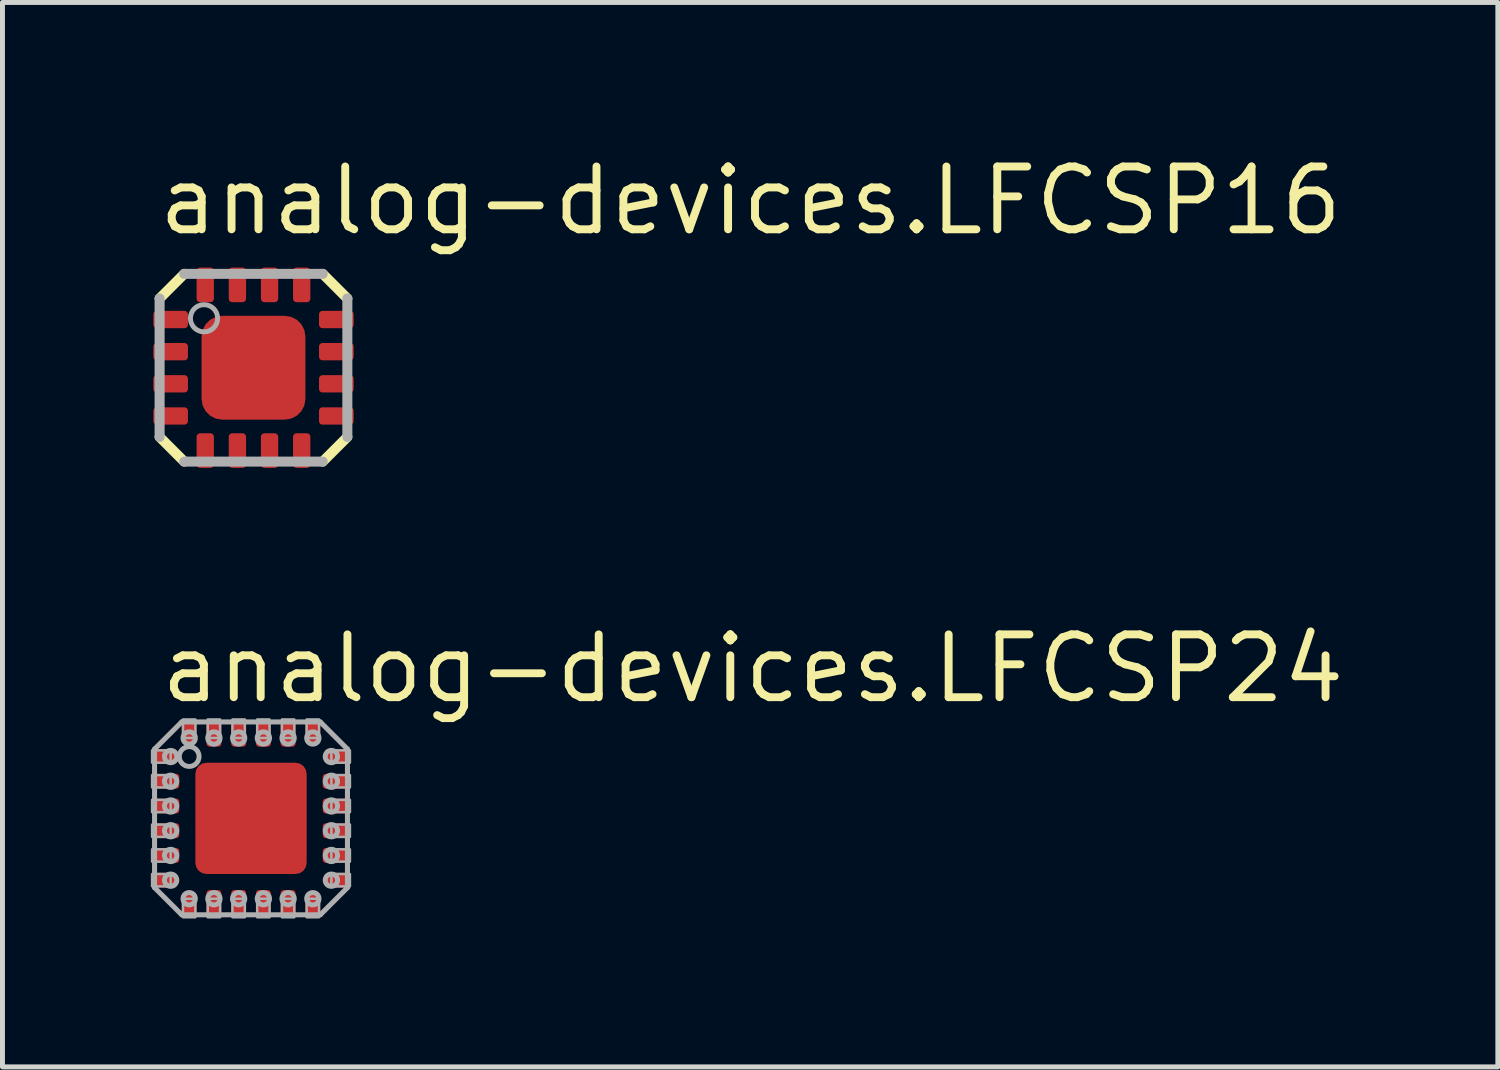
<source format=kicad_pcb>
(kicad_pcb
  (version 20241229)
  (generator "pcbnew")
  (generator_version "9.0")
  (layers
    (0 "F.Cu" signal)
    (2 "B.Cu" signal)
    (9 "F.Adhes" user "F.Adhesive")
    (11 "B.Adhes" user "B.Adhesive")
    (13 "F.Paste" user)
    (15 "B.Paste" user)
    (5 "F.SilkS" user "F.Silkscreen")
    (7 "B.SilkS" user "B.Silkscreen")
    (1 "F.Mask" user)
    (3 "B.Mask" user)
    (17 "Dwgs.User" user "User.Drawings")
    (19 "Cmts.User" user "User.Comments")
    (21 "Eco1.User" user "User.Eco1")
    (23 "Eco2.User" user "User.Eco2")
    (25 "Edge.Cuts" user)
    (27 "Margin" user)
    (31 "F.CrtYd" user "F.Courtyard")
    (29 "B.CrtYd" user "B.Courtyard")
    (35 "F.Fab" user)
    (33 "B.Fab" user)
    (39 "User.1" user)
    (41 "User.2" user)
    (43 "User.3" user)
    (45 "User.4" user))
  (footprint "analog-devices.LFCSP16"
    (layer "F.Cu")
    (at 2.075 4.385)
    (property "Reference" "analog-devices.LFCSP16" (at -2 -2.635 0) (layer "F.SilkS") (effects (font (size 1.27 1.27) (thickness 0.16)) (justify left bottom)))
    (attr smd)
    (fp_rect (start -2.05 -0.775) (end -1.3 -1.175) (stroke (width 0.05) (type default)) (fill yes) (layer "F.Mask"))
    (fp_rect (start -2.05 -0.125) (end -1.3 -0.525) (stroke (width 0.05) (type default)) (fill yes) (layer "F.Mask"))
    (fp_rect (start -2.05 0.525) (end -1.3 0.125) (stroke (width 0.05) (type default)) (fill yes) (layer "F.Mask"))
    (fp_rect (start -2.05 1.175) (end -1.3 0.775) (stroke (width 0.05) (type default)) (fill yes) (layer "F.Mask"))
    (fp_rect (start -1.175 -1.3) (end -0.775 -2.05) (stroke (width 0.05) (type default)) (fill yes) (layer "F.Mask"))
    (fp_rect (start -1.175 2.05) (end -0.775 1.3) (stroke (width 0.05) (type default)) (fill yes) (layer "F.Mask"))
    (fp_rect (start -1.05 1.05) (end 1.05 -1.05) (stroke (width 0.05) (type default)) (fill yes) (layer "F.Mask"))
    (fp_rect (start -0.525 -1.3) (end -0.125 -2.05) (stroke (width 0.05) (type default)) (fill yes) (layer "F.Mask"))
    (fp_rect (start -0.525 2.05) (end -0.125 1.3) (stroke (width 0.05) (type default)) (fill yes) (layer "F.Mask"))
    (fp_rect (start 0.125 -1.3) (end 0.525 -2.05) (stroke (width 0.05) (type default)) (fill yes) (layer "F.Mask"))
    (fp_rect (start 0.125 2.05) (end 0.525 1.3) (stroke (width 0.05) (type default)) (fill yes) (layer "F.Mask"))
    (fp_rect (start 0.775 -1.3) (end 1.175 -2.05) (stroke (width 0.05) (type default)) (fill yes) (layer "F.Mask"))
    (fp_rect (start 0.775 2.05) (end 1.175 1.3) (stroke (width 0.05) (type default)) (fill yes) (layer "F.Mask"))
    (fp_rect (start 1.3 -0.775) (end 2.05 -1.175) (stroke (width 0.05) (type default)) (fill yes) (layer "F.Mask"))
    (fp_rect (start 1.3 -0.125) (end 2.05 -0.525) (stroke (width 0.05) (type default)) (fill yes) (layer "F.Mask"))
    (fp_rect (start 1.3 0.525) (end 2.05 0.125) (stroke (width 0.05) (type default)) (fill yes) (layer "F.Mask"))
    (fp_rect (start 1.3 1.175) (end 2.05 0.775) (stroke (width 0.05) (type default)) (fill yes) (layer "F.Mask"))
    (fp_line (start -1.898 -1.4) (end -1.4 -1.898) (stroke (width 0.203) (type default)) (layer "F.SilkS"))
    (fp_line (start -1.4 1.898) (end -1.898 1.4) (stroke (width 0.203) (type default)) (layer "F.SilkS"))
    (fp_line (start 1.4 -1.898) (end 1.898 -1.4) (stroke (width 0.203) (type default)) (layer "F.SilkS"))
    (fp_line (start 1.898 1.4) (end 1.4 1.898) (stroke (width 0.203) (type default)) (layer "F.SilkS"))
    (fp_rect (start -0.975 0.975) (end 0.975 -0.975) (stroke (width 0.05) (type default)) (fill yes) (layer "F.Paste"))
    (fp_line (start -1.898 -1.4) (end -1.898 1.4) (stroke (width 0.203) (type default)) (layer "F.Fab"))
    (fp_line (start -1.4 1.898) (end 1.4 1.898) (stroke (width 0.203) (type default)) (layer "F.Fab"))
    (fp_line (start 1.4 -1.898) (end -1.4 -1.898) (stroke (width 0.203) (type default)) (layer "F.Fab"))
    (fp_line (start 1.898 1.4) (end 1.898 -1.4) (stroke (width 0.203) (type default)) (layer "F.Fab"))
    (fp_circle (center -1 -1) (end -0.725 -1) (stroke (width 0.1) (type default)) (fill no) (layer "F.Fab"))
    (pad "1" smd roundrect (at -1.675 -0.975) (size 0.7 0.35) (layers "F.Cu" "F.Mask" "F.Paste") (roundrect_rratio 0.2))
    (pad "2" smd roundrect (at -1.675 -0.325) (size 0.7 0.35) (layers "F.Cu" "F.Mask" "F.Paste") (roundrect_rratio 0.2))
    (pad "3" smd roundrect (at -1.675 0.325) (size 0.7 0.35) (layers "F.Cu" "F.Mask" "F.Paste") (roundrect_rratio 0.2))
    (pad "4" smd roundrect (at -1.675 0.975) (size 0.7 0.35) (layers "F.Cu" "F.Mask" "F.Paste") (roundrect_rratio 0.2))
    (pad "5" smd roundrect (at -0.975 1.675) (size 0.35 0.7) (layers "F.Cu" "F.Mask" "F.Paste") (roundrect_rratio 0.2))
    (pad "6" smd roundrect (at -0.325 1.675) (size 0.35 0.7) (layers "F.Cu" "F.Mask" "F.Paste") (roundrect_rratio 0.2))
    (pad "7" smd roundrect (at 0.325 1.675) (size 0.35 0.7) (layers "F.Cu" "F.Mask" "F.Paste") (roundrect_rratio 0.2))
    (pad "8" smd roundrect (at 0.975 1.675) (size 0.35 0.7) (layers "F.Cu" "F.Mask" "F.Paste") (roundrect_rratio 0.2))
    (pad "9" smd roundrect (at 1.675 0.975) (size 0.7 0.35) (layers "F.Cu" "F.Mask" "F.Paste") (roundrect_rratio 0.2))
    (pad "10" smd roundrect (at 1.675 0.325) (size 0.7 0.35) (layers "F.Cu" "F.Mask" "F.Paste") (roundrect_rratio 0.2))
    (pad "11" smd roundrect (at 1.675 -0.325) (size 0.7 0.35) (layers "F.Cu" "F.Mask" "F.Paste") (roundrect_rratio 0.2))
    (pad "12" smd roundrect (at 1.675 -0.975) (size 0.7 0.35) (layers "F.Cu" "F.Mask" "F.Paste") (roundrect_rratio 0.2))
    (pad "13" smd roundrect (at 0.975 -1.675) (size 0.35 0.7) (layers "F.Cu" "F.Mask" "F.Paste") (roundrect_rratio 0.2))
    (pad "14" smd roundrect (at 0.325 -1.675) (size 0.35 0.7) (layers "F.Cu" "F.Mask" "F.Paste") (roundrect_rratio 0.2))
    (pad "15" smd roundrect (at -0.325 -1.675) (size 0.35 0.7) (layers "F.Cu" "F.Mask" "F.Paste") (roundrect_rratio 0.2))
    (pad "16" smd roundrect (at -0.975 -1.675) (size 0.35 0.7) (layers "F.Cu" "F.Mask" "F.Paste") (roundrect_rratio 0.2))
    (pad "EXP" smd roundrect (at 0 0) (size 2.1 2.1) (layers "F.Cu" "F.Mask" "F.Paste") (roundrect_rratio 0.2)))
  (footprint "analog-devices.LFCSP24"
    (layer "F.Cu")
    (at 2.025 13.496)
    (property "Reference" "analog-devices.LFCSP24" (at -1.905 -2.286 0) (layer "F.SilkS") (effects (font (size 1.27 1.27) (thickness 0.16)) (justify left bottom)))
    (attr smd)
    (fp_rect (start -2 -1.1) (end -1.5 -1.4) (stroke (width 0.05) (type default)) (fill yes) (layer "F.Mask"))
    (fp_rect (start -2 -0.6) (end -1.45 -0.9) (stroke (width 0.05) (type default)) (fill yes) (layer "F.Mask"))
    (fp_rect (start -2 -0.1) (end -1.45 -0.4) (stroke (width 0.05) (type default)) (fill yes) (layer "F.Mask"))
    (fp_rect (start -2 0.4) (end -1.45 0.1) (stroke (width 0.05) (type default)) (fill yes) (layer "F.Mask"))
    (fp_rect (start -2 0.9) (end -1.45 0.6) (stroke (width 0.05) (type default)) (fill yes) (layer "F.Mask"))
    (fp_rect (start -2 1.4) (end -1.5 1.1) (stroke (width 0.05) (type default)) (fill yes) (layer "F.Mask"))
    (fp_rect (start -1.4 -1.5) (end -1.1 -2) (stroke (width 0.05) (type default)) (fill yes) (layer "F.Mask"))
    (fp_rect (start -1.4 2) (end -1.1 1.5) (stroke (width 0.05) (type default)) (fill yes) (layer "F.Mask"))
    (fp_rect (start -0.9 -1.45) (end -0.6 -2) (stroke (width 0.05) (type default)) (fill yes) (layer "F.Mask"))
    (fp_rect (start -0.9 2) (end -0.6 1.45) (stroke (width 0.05) (type default)) (fill yes) (layer "F.Mask"))
    (fp_rect (start -0.4 -1.45) (end -0.1 -2) (stroke (width 0.05) (type default)) (fill yes) (layer "F.Mask"))
    (fp_rect (start -0.4 2) (end -0.1 1.45) (stroke (width 0.05) (type default)) (fill yes) (layer "F.Mask"))
    (fp_rect (start 0.1 -1.45) (end 0.4 -2) (stroke (width 0.05) (type default)) (fill yes) (layer "F.Mask"))
    (fp_rect (start 0.1 2) (end 0.4 1.45) (stroke (width 0.05) (type default)) (fill yes) (layer "F.Mask"))
    (fp_rect (start 0.6 -1.45) (end 0.9 -2) (stroke (width 0.05) (type default)) (fill yes) (layer "F.Mask"))
    (fp_rect (start 0.6 2) (end 0.9 1.45) (stroke (width 0.05) (type default)) (fill yes) (layer "F.Mask"))
    (fp_rect (start 1.1 -1.5) (end 1.4 -2) (stroke (width 0.05) (type default)) (fill yes) (layer "F.Mask"))
    (fp_rect (start 1.1 2) (end 1.4 1.5) (stroke (width 0.05) (type default)) (fill yes) (layer "F.Mask"))
    (fp_rect (start 1.45 -0.6) (end 2 -0.9) (stroke (width 0.05) (type default)) (fill yes) (layer "F.Mask"))
    (fp_rect (start 1.45 -0.1) (end 2 -0.4) (stroke (width 0.05) (type default)) (fill yes) (layer "F.Mask"))
    (fp_rect (start 1.45 0.4) (end 2 0.1) (stroke (width 0.05) (type default)) (fill yes) (layer "F.Mask"))
    (fp_rect (start 1.45 0.9) (end 2 0.6) (stroke (width 0.05) (type default)) (fill yes) (layer "F.Mask"))
    (fp_rect (start 1.5 -1.1) (end 2 -1.4) (stroke (width 0.05) (type default)) (fill yes) (layer "F.Mask"))
    (fp_rect (start 1.5 1.4) (end 2 1.1) (stroke (width 0.05) (type default)) (fill yes) (layer "F.Mask"))
    (fp_poly (pts (xy -1 -1) (xy 1 -1) (xy 1 1) (xy -1 1)) (stroke (width 0.203) (type default)) (fill yes) (layer "F.Mask"))
    (fp_rect (start -1.975 -1.125) (end -1.525 -1.375) (stroke (width 0.05) (type default)) (fill yes) (layer "F.Paste"))
    (fp_rect (start -1.975 -0.625) (end -1.475 -0.875) (stroke (width 0.05) (type default)) (fill yes) (layer "F.Paste"))
    (fp_rect (start -1.975 -0.125) (end -1.475 -0.375) (stroke (width 0.05) (type default)) (fill yes) (layer "F.Paste"))
    (fp_rect (start -1.975 0.375) (end -1.475 0.125) (stroke (width 0.05) (type default)) (fill yes) (layer "F.Paste"))
    (fp_rect (start -1.975 0.875) (end -1.475 0.625) (stroke (width 0.05) (type default)) (fill yes) (layer "F.Paste"))
    (fp_rect (start -1.975 1.375) (end -1.525 1.125) (stroke (width 0.05) (type default)) (fill yes) (layer "F.Paste"))
    (fp_rect (start -1.375 -1.525) (end -1.125 -1.975) (stroke (width 0.05) (type default)) (fill yes) (layer "F.Paste"))
    (fp_rect (start -1.375 1.975) (end -1.125 1.525) (stroke (width 0.05) (type default)) (fill yes) (layer "F.Paste"))
    (fp_rect (start -1.05 1.05) (end 1.05 -1.05) (stroke (width 0.05) (type default)) (fill yes) (layer "F.Paste"))
    (fp_rect (start -0.875 -1.475) (end -0.625 -1.975) (stroke (width 0.05) (type default)) (fill yes) (layer "F.Paste"))
    (fp_rect (start -0.875 1.975) (end -0.625 1.475) (stroke (width 0.05) (type default)) (fill yes) (layer "F.Paste"))
    (fp_rect (start -0.375 -1.475) (end -0.125 -1.975) (stroke (width 0.05) (type default)) (fill yes) (layer "F.Paste"))
    (fp_rect (start -0.375 1.975) (end -0.125 1.475) (stroke (width 0.05) (type default)) (fill yes) (layer "F.Paste"))
    (fp_rect (start 0.125 -1.475) (end 0.375 -1.975) (stroke (width 0.05) (type default)) (fill yes) (layer "F.Paste"))
    (fp_rect (start 0.125 1.975) (end 0.375 1.475) (stroke (width 0.05) (type default)) (fill yes) (layer "F.Paste"))
    (fp_rect (start 0.625 -1.475) (end 0.875 -1.975) (stroke (width 0.05) (type default)) (fill yes) (layer "F.Paste"))
    (fp_rect (start 0.625 1.975) (end 0.875 1.475) (stroke (width 0.05) (type default)) (fill yes) (layer "F.Paste"))
    (fp_rect (start 1.125 -1.525) (end 1.375 -1.975) (stroke (width 0.05) (type default)) (fill yes) (layer "F.Paste"))
    (fp_rect (start 1.125 1.975) (end 1.375 1.525) (stroke (width 0.05) (type default)) (fill yes) (layer "F.Paste"))
    (fp_rect (start 1.475 -0.625) (end 1.975 -0.875) (stroke (width 0.05) (type default)) (fill yes) (layer "F.Paste"))
    (fp_rect (start 1.475 -0.125) (end 1.975 -0.375) (stroke (width 0.05) (type default)) (fill yes) (layer "F.Paste"))
    (fp_rect (start 1.475 0.375) (end 1.975 0.125) (stroke (width 0.05) (type default)) (fill yes) (layer "F.Paste"))
    (fp_rect (start 1.475 0.875) (end 1.975 0.625) (stroke (width 0.05) (type default)) (fill yes) (layer "F.Paste"))
    (fp_rect (start 1.525 -1.125) (end 1.975 -1.375) (stroke (width 0.05) (type default)) (fill yes) (layer "F.Paste"))
    (fp_rect (start 1.525 1.375) (end 1.975 1.125) (stroke (width 0.05) (type default)) (fill yes) (layer "F.Paste"))
    (fp_line (start -1.95 -1.4) (end -1.4 -1.95) (stroke (width 0.102) (type default)) (layer "F.Fab"))
    (fp_line (start -1.95 1.4) (end -1.95 -1.4) (stroke (width 0.102) (type default)) (layer "F.Fab"))
    (fp_line (start -1.4 -1.95) (end 1.4 -1.95) (stroke (width 0.102) (type default)) (layer "F.Fab"))
    (fp_line (start -1.4 1.95) (end -1.95 1.4) (stroke (width 0.102) (type default)) (layer "F.Fab"))
    (fp_line (start 1.4 -1.95) (end 1.95 -1.4) (stroke (width 0.102) (type default)) (layer "F.Fab"))
    (fp_line (start 1.4 1.95) (end -1.4 1.95) (stroke (width 0.102) (type default)) (layer "F.Fab"))
    (fp_line (start 1.95 -1.4) (end 1.95 1.4) (stroke (width 0.102) (type default)) (layer "F.Fab"))
    (fp_line (start 1.95 1.4) (end 1.4 1.95) (stroke (width 0.102) (type default)) (layer "F.Fab"))
    (fp_rect (start -2 -1.125) (end -1.625 -1.375) (stroke (width 0.05) (type default)) (fill no) (layer "F.Fab"))
    (fp_rect (start -2 -0.625) (end -1.625 -0.875) (stroke (width 0.05) (type default)) (fill no) (layer "F.Fab"))
    (fp_rect (start -2 -0.125) (end -1.625 -0.375) (stroke (width 0.05) (type default)) (fill no) (layer "F.Fab"))
    (fp_rect (start -2 0.375) (end -1.625 0.125) (stroke (width 0.05) (type default)) (fill no) (layer "F.Fab"))
    (fp_rect (start -2 0.875) (end -1.625 0.625) (stroke (width 0.05) (type default)) (fill no) (layer "F.Fab"))
    (fp_rect (start -2 1.375) (end -1.625 1.125) (stroke (width 0.05) (type default)) (fill no) (layer "F.Fab"))
    (fp_rect (start -1.375 -1.625) (end -1.125 -2) (stroke (width 0.05) (type default)) (fill no) (layer "F.Fab"))
    (fp_rect (start -1.375 2) (end -1.125 1.625) (stroke (width 0.05) (type default)) (fill no) (layer "F.Fab"))
    (fp_rect (start -0.875 -1.625) (end -0.625 -2) (stroke (width 0.05) (type default)) (fill no) (layer "F.Fab"))
    (fp_rect (start -0.875 2) (end -0.625 1.625) (stroke (width 0.05) (type default)) (fill no) (layer "F.Fab"))
    (fp_rect (start -0.375 -1.625) (end -0.125 -2) (stroke (width 0.05) (type default)) (fill no) (layer "F.Fab"))
    (fp_rect (start -0.375 2) (end -0.125 1.625) (stroke (width 0.05) (type default)) (fill no) (layer "F.Fab"))
    (fp_rect (start 0.125 -1.625) (end 0.375 -2) (stroke (width 0.05) (type default)) (fill no) (layer "F.Fab"))
    (fp_rect (start 0.125 2) (end 0.375 1.625) (stroke (width 0.05) (type default)) (fill no) (layer "F.Fab"))
    (fp_rect (start 0.625 -1.625) (end 0.875 -2) (stroke (width 0.05) (type default)) (fill no) (layer "F.Fab"))
    (fp_rect (start 0.625 2) (end 0.875 1.625) (stroke (width 0.05) (type default)) (fill no) (layer "F.Fab"))
    (fp_rect (start 1.125 -1.625) (end 1.375 -2) (stroke (width 0.05) (type default)) (fill no) (layer "F.Fab"))
    (fp_rect (start 1.125 2) (end 1.375 1.625) (stroke (width 0.05) (type default)) (fill no) (layer "F.Fab"))
    (fp_rect (start 1.625 -1.125) (end 2 -1.375) (stroke (width 0.05) (type default)) (fill no) (layer "F.Fab"))
    (fp_rect (start 1.625 -0.625) (end 2 -0.875) (stroke (width 0.05) (type default)) (fill no) (layer "F.Fab"))
    (fp_rect (start 1.625 -0.125) (end 2 -0.375) (stroke (width 0.05) (type default)) (fill no) (layer "F.Fab"))
    (fp_rect (start 1.625 0.375) (end 2 0.125) (stroke (width 0.05) (type default)) (fill no) (layer "F.Fab"))
    (fp_rect (start 1.625 0.875) (end 2 0.625) (stroke (width 0.05) (type default)) (fill no) (layer "F.Fab"))
    (fp_rect (start 1.625 1.375) (end 2 1.125) (stroke (width 0.05) (type default)) (fill no) (layer "F.Fab"))
    (fp_circle (center -1.625 -1.25) (end -1.5 -1.25) (stroke (width 0.1) (type default)) (fill no) (layer "F.Fab"))
    (fp_circle (center -1.625 -0.75) (end -1.5 -0.75) (stroke (width 0.1) (type default)) (fill no) (layer "F.Fab"))
    (fp_circle (center -1.625 -0.25) (end -1.5 -0.25) (stroke (width 0.1) (type default)) (fill no) (layer "F.Fab"))
    (fp_circle (center -1.625 0.25) (end -1.5 0.25) (stroke (width 0.1) (type default)) (fill no) (layer "F.Fab"))
    (fp_circle (center -1.625 0.75) (end -1.5 0.75) (stroke (width 0.1) (type default)) (fill no) (layer "F.Fab"))
    (fp_circle (center -1.625 1.25) (end -1.5 1.25) (stroke (width 0.1) (type default)) (fill no) (layer "F.Fab"))
    (fp_circle (center -1.25 -1.625) (end -1.125 -1.625) (stroke (width 0.1) (type default)) (fill no) (layer "F.Fab"))
    (fp_circle (center -1.25 -1.25) (end -1.05 -1.25) (stroke (width 0.1) (type default)) (fill no) (layer "F.Fab"))
    (fp_circle (center -1.25 1.625) (end -1.125 1.625) (stroke (width 0.1) (type default)) (fill no) (layer "F.Fab"))
    (fp_circle (center -0.75 -1.625) (end -0.625 -1.625) (stroke (width 0.1) (type default)) (fill no) (layer "F.Fab"))
    (fp_circle (center -0.75 1.625) (end -0.625 1.625) (stroke (width 0.1) (type default)) (fill no) (layer "F.Fab"))
    (fp_circle (center -0.25 -1.625) (end -0.125 -1.625) (stroke (width 0.1) (type default)) (fill no) (layer "F.Fab"))
    (fp_circle (center -0.25 1.625) (end -0.125 1.625) (stroke (width 0.1) (type default)) (fill no) (layer "F.Fab"))
    (fp_circle (center 0.25 -1.625) (end 0.375 -1.625) (stroke (width 0.1) (type default)) (fill no) (layer "F.Fab"))
    (fp_circle (center 0.25 1.625) (end 0.375 1.625) (stroke (width 0.1) (type default)) (fill no) (layer "F.Fab"))
    (fp_circle (center 0.75 -1.625) (end 0.875 -1.625) (stroke (width 0.1) (type default)) (fill no) (layer "F.Fab"))
    (fp_circle (center 0.75 1.625) (end 0.875 1.625) (stroke (width 0.1) (type default)) (fill no) (layer "F.Fab"))
    (fp_circle (center 1.25 -1.625) (end 1.375 -1.625) (stroke (width 0.1) (type default)) (fill no) (layer "F.Fab"))
    (fp_circle (center 1.25 1.625) (end 1.375 1.625) (stroke (width 0.1) (type default)) (fill no) (layer "F.Fab"))
    (fp_circle (center 1.625 -1.25) (end 1.75 -1.25) (stroke (width 0.1) (type default)) (fill no) (layer "F.Fab"))
    (fp_circle (center 1.625 -0.75) (end 1.75 -0.75) (stroke (width 0.1) (type default)) (fill no) (layer "F.Fab"))
    (fp_circle (center 1.625 -0.25) (end 1.75 -0.25) (stroke (width 0.1) (type default)) (fill no) (layer "F.Fab"))
    (fp_circle (center 1.625 0.25) (end 1.75 0.25) (stroke (width 0.1) (type default)) (fill no) (layer "F.Fab"))
    (fp_circle (center 1.625 0.75) (end 1.75 0.75) (stroke (width 0.1) (type default)) (fill no) (layer "F.Fab"))
    (fp_circle (center 1.625 1.25) (end 1.75 1.25) (stroke (width 0.1) (type default)) (fill no) (layer "F.Fab"))
    (pad "1" smd roundrect (at -1.75 -1.25) (size 0.5 0.3) (layers "F.Cu" "F.Mask" "F.Paste") (roundrect_rratio 0.2))
    (pad "2" smd roundrect (at -1.725 -0.75) (size 0.55 0.3) (layers "F.Cu" "F.Mask" "F.Paste") (roundrect_rratio 0.2))
    (pad "3" smd roundrect (at -1.725 -0.25) (size 0.55 0.3) (layers "F.Cu" "F.Mask" "F.Paste") (roundrect_rratio 0.2))
    (pad "4" smd roundrect (at -1.725 0.25) (size 0.55 0.3) (layers "F.Cu" "F.Mask" "F.Paste") (roundrect_rratio 0.2))
    (pad "5" smd roundrect (at -1.725 0.75) (size 0.55 0.3) (layers "F.Cu" "F.Mask" "F.Paste") (roundrect_rratio 0.2))
    (pad "6" smd roundrect (at -1.75 1.25) (size 0.5 0.3) (layers "F.Cu" "F.Mask" "F.Paste") (roundrect_rratio 0.2))
    (pad "7" smd roundrect (at -1.25 1.75 90) (size 0.5 0.3) (layers "F.Cu" "F.Mask" "F.Paste") (roundrect_rratio 0.2))
    (pad "8" smd roundrect (at -0.75 1.725 90) (size 0.55 0.3) (layers "F.Cu" "F.Mask" "F.Paste") (roundrect_rratio 0.2))
    (pad "9" smd roundrect (at -0.25 1.725 90) (size 0.55 0.3) (layers "F.Cu" "F.Mask" "F.Paste") (roundrect_rratio 0.2))
    (pad "10" smd roundrect (at 0.25 1.725 90) (size 0.55 0.3) (layers "F.Cu" "F.Mask" "F.Paste") (roundrect_rratio 0.2))
    (pad "11" smd roundrect (at 0.75 1.725 90) (size 0.55 0.3) (layers "F.Cu" "F.Mask" "F.Paste") (roundrect_rratio 0.2))
    (pad "12" smd roundrect (at 1.25 1.75 90) (size 0.5 0.3) (layers "F.Cu" "F.Mask" "F.Paste") (roundrect_rratio 0.2))
    (pad "13" smd roundrect (at 1.75 1.25 180) (size 0.5 0.3) (layers "F.Cu" "F.Mask" "F.Paste") (roundrect_rratio 0.2))
    (pad "14" smd roundrect (at 1.725 0.75 180) (size 0.55 0.3) (layers "F.Cu" "F.Mask" "F.Paste") (roundrect_rratio 0.2))
    (pad "15" smd roundrect (at 1.725 0.25 180) (size 0.55 0.3) (layers "F.Cu" "F.Mask" "F.Paste") (roundrect_rratio 0.2))
    (pad "16" smd roundrect (at 1.725 -0.25 180) (size 0.55 0.3) (layers "F.Cu" "F.Mask" "F.Paste") (roundrect_rratio 0.2))
    (pad "17" smd roundrect (at 1.725 -0.75 180) (size 0.55 0.3) (layers "F.Cu" "F.Mask" "F.Paste") (roundrect_rratio 0.2))
    (pad "18" smd roundrect (at 1.75 -1.25 180) (size 0.5 0.3) (layers "F.Cu" "F.Mask" "F.Paste") (roundrect_rratio 0.2))
    (pad "19" smd roundrect (at 1.25 -1.75 270) (size 0.5 0.3) (layers "F.Cu" "F.Mask" "F.Paste") (roundrect_rratio 0.2))
    (pad "20" smd roundrect (at 0.75 -1.725 270) (size 0.55 0.3) (layers "F.Cu" "F.Mask" "F.Paste") (roundrect_rratio 0.2))
    (pad "21" smd roundrect (at 0.25 -1.725 270) (size 0.55 0.3) (layers "F.Cu" "F.Mask" "F.Paste") (roundrect_rratio 0.2))
    (pad "22" smd roundrect (at -0.25 -1.725 270) (size 0.55 0.3) (layers "F.Cu" "F.Mask" "F.Paste") (roundrect_rratio 0.2))
    (pad "23" smd roundrect (at -0.75 -1.725 270) (size 0.55 0.3) (layers "F.Cu" "F.Mask" "F.Paste") (roundrect_rratio 0.2))
    (pad "24" smd roundrect (at -1.25 -1.75 270) (size 0.5 0.3) (layers "F.Cu" "F.Mask" "F.Paste") (roundrect_rratio 0.2))
    (pad "EXP" smd roundrect (at 0 0) (size 2.25 2.25) (layers "F.Cu" "F.Mask" "F.Paste") (roundrect_rratio 0.1)))
  (gr_rect
    (start -3 -3)
    (end 27.234 18.521)
    (stroke (width 0.1) (type default))
    (fill no)
    (layer "Edge.Cuts")))
</source>
